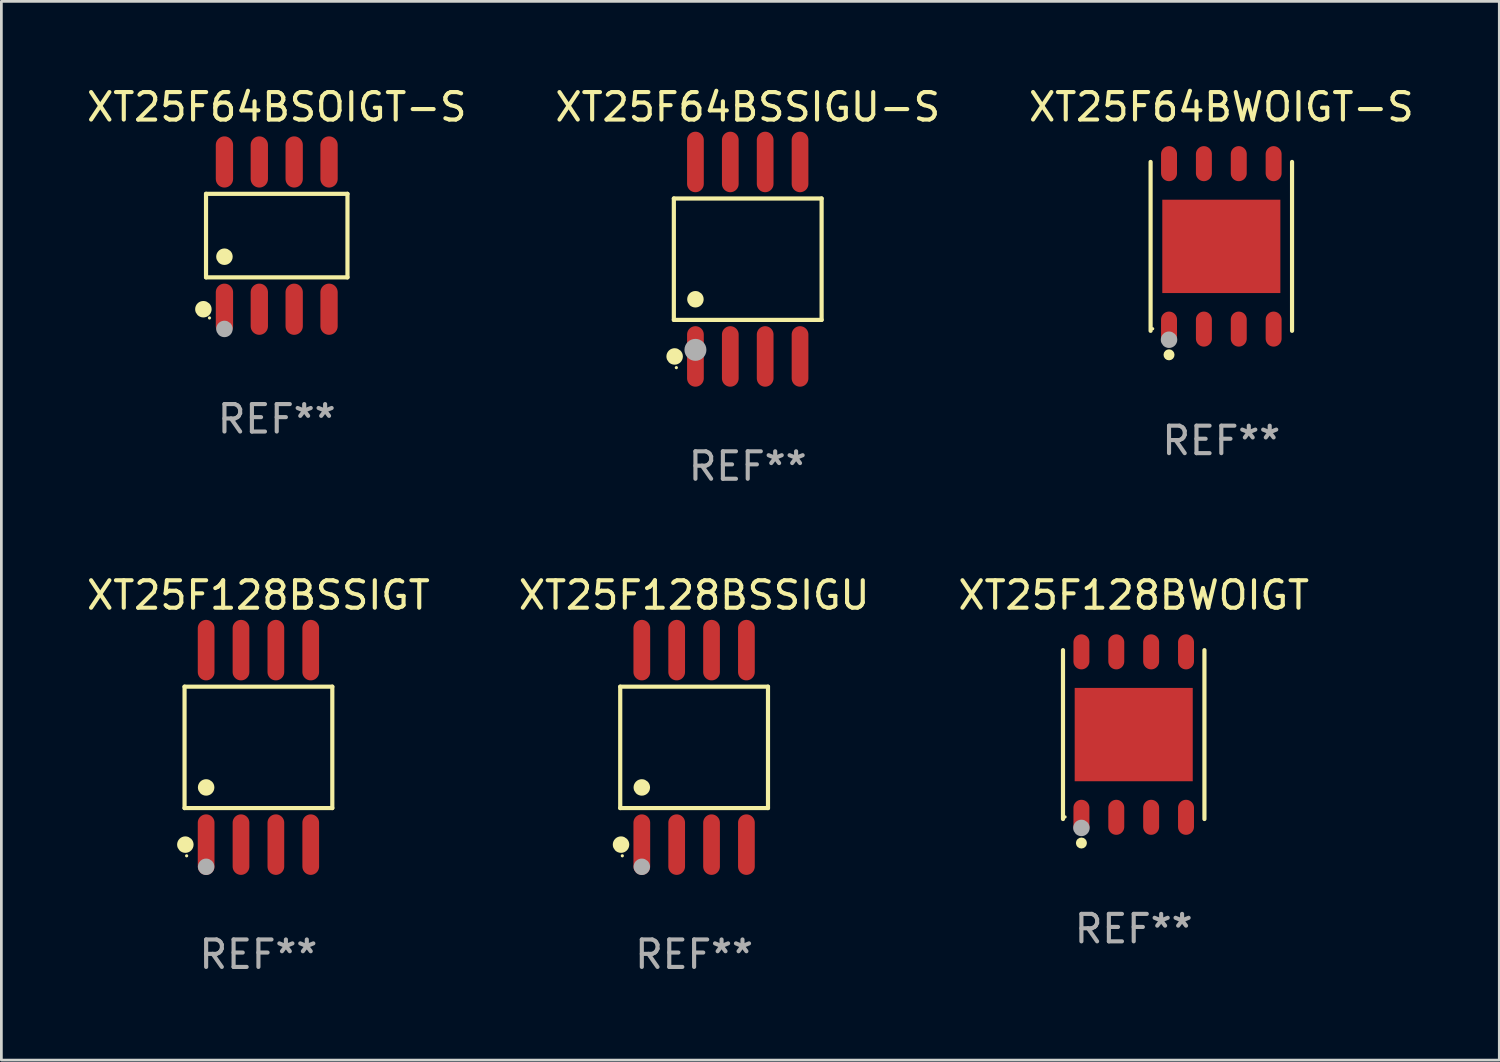
<source format=kicad_pcb>
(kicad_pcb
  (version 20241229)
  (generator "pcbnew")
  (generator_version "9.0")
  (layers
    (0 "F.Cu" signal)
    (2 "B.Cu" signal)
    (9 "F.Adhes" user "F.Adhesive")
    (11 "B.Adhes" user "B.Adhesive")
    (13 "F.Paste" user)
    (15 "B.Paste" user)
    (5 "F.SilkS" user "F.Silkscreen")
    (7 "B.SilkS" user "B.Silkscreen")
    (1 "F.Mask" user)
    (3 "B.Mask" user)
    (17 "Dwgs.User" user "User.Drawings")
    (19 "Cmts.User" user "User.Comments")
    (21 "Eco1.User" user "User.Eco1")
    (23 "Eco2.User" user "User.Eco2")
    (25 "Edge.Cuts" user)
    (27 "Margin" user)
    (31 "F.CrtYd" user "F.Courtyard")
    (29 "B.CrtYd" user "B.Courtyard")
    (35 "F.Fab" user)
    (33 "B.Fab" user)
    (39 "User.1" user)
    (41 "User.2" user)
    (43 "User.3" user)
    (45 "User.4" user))
  (footprint "XT25F128BWOIGT"
    (layer "F.Cu")
    (at 38.244 23.706)
    (property "Reference" "XT25F128BWOIGT" (at 0 -5.076 0) (layer "F.SilkS") (effects (font (size 1 1) (thickness 0.15))))
    (attr through_hole)
    (fp_line (start -2.576 3.076) (end -2.576 -3.076) (stroke (width 0.152) (type solid)) (layer "F.SilkS"))
    (fp_line (start 2.576 -3.076) (end 2.576 3.076) (stroke (width 0.152) (type solid)) (layer "F.SilkS"))
    (fp_circle (center -2.5 3) (end -2.47 3) (stroke (width 0.06) (type solid)) (fill no) (layer "F.SilkS"))
    (fp_circle (center -1.905 3.95) (end -1.805 3.95) (stroke (width 0.2) (type solid)) (fill no) (layer "F.SilkS"))
    (fp_circle (center -1.905 3.4) (end -1.755 3.4) (stroke (width 0.3) (type solid)) (fill no) (layer "F.Fab"))
    (fp_text user "REF**" (at 0 7.076 0) (layer "F.Fab") (effects (font (size 1 1) (thickness 0.15))))
    (pad "1" smd oval (at -1.905 3.013) (size 0.581 1.276) (layers "F.Cu" "F.Mask" "F.Paste"))
    (pad "2" smd oval (at -0.635 3.013) (size 0.581 1.276) (layers "F.Cu" "F.Mask" "F.Paste"))
    (pad "3" smd oval (at 0.635 3.013) (size 0.581 1.276) (layers "F.Cu" "F.Mask" "F.Paste"))
    (pad "4" smd oval (at 1.905 3.013) (size 0.581 1.276) (layers "F.Cu" "F.Mask" "F.Paste"))
    (pad "5" smd oval (at 1.905 -3.013) (size 0.581 1.276) (layers "F.Cu" "F.Mask" "F.Paste"))
    (pad "6" smd oval (at 0.635 -3.013) (size 0.581 1.276) (layers "F.Cu" "F.Mask" "F.Paste"))
    (pad "7" smd oval (at -0.635 -3.013) (size 0.581 1.276) (layers "F.Cu" "F.Mask" "F.Paste"))
    (pad "8" smd oval (at -1.905 -3.013) (size 0.581 1.276) (layers "F.Cu" "F.Mask" "F.Paste"))
    (pad "9" smd rect (at 0 0) (size 4.3 3.4) (layers "F.Cu" "F.Mask" "F.Paste")))
  (footprint "XT25F64BSSIGU-S"
    (layer "F.Cu")
    (at 24.185 6.391)
    (property "Reference" "XT25F64BSSIGU-S" (at 0 -5.542 0) (layer "F.SilkS") (effects (font (size 1 1) (thickness 0.15))))
    (attr through_hole)
    (fp_line (start -2.691 -2.211) (end 2.691 -2.211) (stroke (width 0.152) (type solid)) (layer "F.SilkS"))
    (fp_line (start -2.691 2.211) (end -2.691 -2.211) (stroke (width 0.152) (type solid)) (layer "F.SilkS"))
    (fp_line (start 2.691 -2.211) (end 2.691 2.211) (stroke (width 0.152) (type solid)) (layer "F.SilkS"))
    (fp_line (start 2.691 2.211) (end -2.691 2.211) (stroke (width 0.152) (type solid)) (layer "F.SilkS"))
    (fp_circle (center -2.662 3.542) (end -2.512 3.542) (stroke (width 0.3) (type solid)) (fill no) (layer "F.SilkS"))
    (fp_circle (center -2.6 3.95) (end -2.57 3.95) (stroke (width 0.06) (type solid)) (fill no) (layer "F.SilkS"))
    (fp_circle (center -1.905 1.459) (end -1.755 1.459) (stroke (width 0.3) (type solid)) (fill no) (layer "F.SilkS"))
    (fp_circle (center -1.905 3.302) (end -1.705 3.302) (stroke (width 0.4) (type solid)) (fill no) (layer "F.Fab"))
    (fp_text user "REF**" (at 0 7.542 0) (layer "F.Fab") (effects (font (size 1 1) (thickness 0.15))))
    (pad "1" smd oval (at -1.905 3.542) (size 0.609 2.204) (layers "F.Cu" "F.Mask" "F.Paste"))
    (pad "2" smd oval (at -0.635 3.542) (size 0.609 2.204) (layers "F.Cu" "F.Mask" "F.Paste"))
    (pad "3" smd oval (at 0.635 3.542) (size 0.609 2.204) (layers "F.Cu" "F.Mask" "F.Paste"))
    (pad "4" smd oval (at 1.905 3.542) (size 0.609 2.204) (layers "F.Cu" "F.Mask" "F.Paste"))
    (pad "5" smd oval (at 1.905 -3.542) (size 0.609 2.204) (layers "F.Cu" "F.Mask" "F.Paste"))
    (pad "6" smd oval (at 0.635 -3.542) (size 0.609 2.204) (layers "F.Cu" "F.Mask" "F.Paste"))
    (pad "7" smd oval (at -0.635 -3.542) (size 0.609 2.204) (layers "F.Cu" "F.Mask" "F.Paste"))
    (pad "8" smd oval (at -1.905 -3.542) (size 0.609 2.204) (layers "F.Cu" "F.Mask" "F.Paste")))
  (footprint "XT25F64BWOIGT-S"
    (layer "F.Cu")
    (at 41.435 5.924)
    (property "Reference" "XT25F64BWOIGT-S" (at 0 -5.076 0) (layer "F.SilkS") (effects (font (size 1 1) (thickness 0.15))))
    (attr through_hole)
    (fp_line (start -2.576 3.076) (end -2.576 -3.076) (stroke (width 0.152) (type solid)) (layer "F.SilkS"))
    (fp_line (start 2.576 -3.076) (end 2.576 3.076) (stroke (width 0.152) (type solid)) (layer "F.SilkS"))
    (fp_circle (center -2.5 3) (end -2.47 3) (stroke (width 0.06) (type solid)) (fill no) (layer "F.SilkS"))
    (fp_circle (center -1.905 3.95) (end -1.805 3.95) (stroke (width 0.2) (type solid)) (fill no) (layer "F.SilkS"))
    (fp_circle (center -1.905 3.4) (end -1.755 3.4) (stroke (width 0.3) (type solid)) (fill no) (layer "F.Fab"))
    (fp_text user "REF**" (at 0 7.076 0) (layer "F.Fab") (effects (font (size 1 1) (thickness 0.15))))
    (pad "1" smd oval (at -1.905 3.013) (size 0.581 1.276) (layers "F.Cu" "F.Mask" "F.Paste"))
    (pad "2" smd oval (at -0.635 3.013) (size 0.581 1.276) (layers "F.Cu" "F.Mask" "F.Paste"))
    (pad "3" smd oval (at 0.635 3.013) (size 0.581 1.276) (layers "F.Cu" "F.Mask" "F.Paste"))
    (pad "4" smd oval (at 1.905 3.013) (size 0.581 1.276) (layers "F.Cu" "F.Mask" "F.Paste"))
    (pad "5" smd oval (at 1.905 -3.013) (size 0.581 1.276) (layers "F.Cu" "F.Mask" "F.Paste"))
    (pad "6" smd oval (at 0.635 -3.013) (size 0.581 1.276) (layers "F.Cu" "F.Mask" "F.Paste"))
    (pad "7" smd oval (at -0.635 -3.013) (size 0.581 1.276) (layers "F.Cu" "F.Mask" "F.Paste"))
    (pad "8" smd oval (at -1.905 -3.013) (size 0.581 1.276) (layers "F.Cu" "F.Mask" "F.Paste"))
    (pad "9" smd rect (at 0 0) (size 4.3 3.4) (layers "F.Cu" "F.Mask" "F.Paste")))
  (footprint "XT25F128BSSIGT"
    (layer "F.Cu")
    (at 6.363 24.172)
    (property "Reference" "XT25F128BSSIGT" (at 0 -5.542 0) (layer "F.SilkS") (effects (font (size 1 1) (thickness 0.15))))
    (attr through_hole)
    (fp_line (start -2.691 -2.211) (end 2.691 -2.211) (stroke (width 0.152) (type solid)) (layer "F.SilkS"))
    (fp_line (start -2.691 2.211) (end -2.691 -2.211) (stroke (width 0.152) (type solid)) (layer "F.SilkS"))
    (fp_line (start 2.691 -2.211) (end 2.691 2.211) (stroke (width 0.152) (type solid)) (layer "F.SilkS"))
    (fp_line (start 2.691 2.211) (end -2.691 2.211) (stroke (width 0.152) (type solid)) (layer "F.SilkS"))
    (fp_circle (center -2.662 3.542) (end -2.512 3.542) (stroke (width 0.3) (type solid)) (fill no) (layer "F.SilkS"))
    (fp_circle (center -2.615 3.95) (end -2.585 3.95) (stroke (width 0.06) (type solid)) (fill no) (layer "F.SilkS"))
    (fp_circle (center -1.905 1.459) (end -1.755 1.459) (stroke (width 0.3) (type solid)) (fill no) (layer "F.SilkS"))
    (fp_circle (center -1.905 4.35) (end -1.755 4.35) (stroke (width 0.3) (type solid)) (fill no) (layer "F.Fab"))
    (fp_text user "REF**" (at 0 7.542 0) (layer "F.Fab") (effects (font (size 1 1) (thickness 0.15))))
    (pad "1" smd oval (at -1.905 3.542) (size 0.609 2.204) (layers "F.Cu" "F.Mask" "F.Paste"))
    (pad "2" smd oval (at -0.635 3.542) (size 0.609 2.204) (layers "F.Cu" "F.Mask" "F.Paste"))
    (pad "3" smd oval (at 0.635 3.542) (size 0.609 2.204) (layers "F.Cu" "F.Mask" "F.Paste"))
    (pad "4" smd oval (at 1.905 3.542) (size 0.609 2.204) (layers "F.Cu" "F.Mask" "F.Paste"))
    (pad "5" smd oval (at 1.905 -3.542) (size 0.609 2.204) (layers "F.Cu" "F.Mask" "F.Paste"))
    (pad "6" smd oval (at 0.635 -3.542) (size 0.609 2.204) (layers "F.Cu" "F.Mask" "F.Paste"))
    (pad "7" smd oval (at -0.635 -3.542) (size 0.609 2.204) (layers "F.Cu" "F.Mask" "F.Paste"))
    (pad "8" smd oval (at -1.905 -3.542) (size 0.609 2.204) (layers "F.Cu" "F.Mask" "F.Paste")))
  (footprint "XT25F64BSOIGT-S"
    (layer "F.Cu")
    (at 7.03 5.531)
    (property "Reference" "XT25F64BSOIGT-S" (at 0 -4.682 0) (layer "F.SilkS") (effects (font (size 1 1) (thickness 0.15))))
    (attr through_hole)
    (fp_line (start -2.576 -1.521) (end 2.576 -1.521) (stroke (width 0.152) (type solid)) (layer "F.SilkS"))
    (fp_line (start -2.576 1.521) (end -2.576 -1.521) (stroke (width 0.152) (type solid)) (layer "F.SilkS"))
    (fp_line (start 2.576 -1.521) (end 2.576 1.521) (stroke (width 0.152) (type solid)) (layer "F.SilkS"))
    (fp_line (start 2.576 1.521) (end -2.576 1.521) (stroke (width 0.152) (type solid)) (layer "F.SilkS"))
    (fp_circle (center -2.672 2.682) (end -2.522 2.682) (stroke (width 0.3) (type solid)) (fill no) (layer "F.SilkS"))
    (fp_circle (center -2.45 3) (end -2.42 3) (stroke (width 0.06) (type solid)) (fill no) (layer "F.SilkS"))
    (fp_circle (center -1.905 0.769) (end -1.755 0.769) (stroke (width 0.3) (type solid)) (fill no) (layer "F.SilkS"))
    (fp_circle (center -1.905 3.4) (end -1.755 3.4) (stroke (width 0.3) (type solid)) (fill no) (layer "F.Fab"))
    (fp_text user "REF**" (at 0 6.682 0) (layer "F.Fab") (effects (font (size 1 1) (thickness 0.15))))
    (pad "1" smd oval (at -1.905 2.682) (size 0.63 1.865) (layers "F.Cu" "F.Mask" "F.Paste"))
    (pad "2" smd oval (at -0.635 2.682) (size 0.63 1.865) (layers "F.Cu" "F.Mask" "F.Paste"))
    (pad "3" smd oval (at 0.635 2.682) (size 0.63 1.865) (layers "F.Cu" "F.Mask" "F.Paste"))
    (pad "4" smd oval (at 1.905 2.682) (size 0.63 1.865) (layers "F.Cu" "F.Mask" "F.Paste"))
    (pad "5" smd oval (at 1.905 -2.682) (size 0.63 1.865) (layers "F.Cu" "F.Mask" "F.Paste"))
    (pad "6" smd oval (at 0.635 -2.682) (size 0.63 1.865) (layers "F.Cu" "F.Mask" "F.Paste"))
    (pad "7" smd oval (at -0.635 -2.682) (size 0.63 1.865) (layers "F.Cu" "F.Mask" "F.Paste"))
    (pad "8" smd oval (at -1.905 -2.682) (size 0.63 1.865) (layers "F.Cu" "F.Mask" "F.Paste")))
  (footprint "XT25F128BSSIGU"
    (layer "F.Cu")
    (at 22.232 24.172)
    (property "Reference" "XT25F128BSSIGU" (at 0 -5.542 0) (layer "F.SilkS") (effects (font (size 1 1) (thickness 0.15))))
    (attr through_hole)
    (fp_line (start -2.691 -2.211) (end 2.691 -2.211) (stroke (width 0.152) (type solid)) (layer "F.SilkS"))
    (fp_line (start -2.691 2.211) (end -2.691 -2.211) (stroke (width 0.152) (type solid)) (layer "F.SilkS"))
    (fp_line (start 2.691 -2.211) (end 2.691 2.211) (stroke (width 0.152) (type solid)) (layer "F.SilkS"))
    (fp_line (start 2.691 2.211) (end -2.691 2.211) (stroke (width 0.152) (type solid)) (layer "F.SilkS"))
    (fp_circle (center -2.662 3.542) (end -2.512 3.542) (stroke (width 0.3) (type solid)) (fill no) (layer "F.SilkS"))
    (fp_circle (center -2.615 3.95) (end -2.585 3.95) (stroke (width 0.06) (type solid)) (fill no) (layer "F.SilkS"))
    (fp_circle (center -1.905 1.459) (end -1.755 1.459) (stroke (width 0.3) (type solid)) (fill no) (layer "F.SilkS"))
    (fp_circle (center -1.905 4.35) (end -1.755 4.35) (stroke (width 0.3) (type solid)) (fill no) (layer "F.Fab"))
    (fp_text user "REF**" (at 0 7.542 0) (layer "F.Fab") (effects (font (size 1 1) (thickness 0.15))))
    (pad "1" smd oval (at -1.905 3.542) (size 0.609 2.204) (layers "F.Cu" "F.Mask" "F.Paste"))
    (pad "2" smd oval (at -0.635 3.542) (size 0.609 2.204) (layers "F.Cu" "F.Mask" "F.Paste"))
    (pad "3" smd oval (at 0.635 3.542) (size 0.609 2.204) (layers "F.Cu" "F.Mask" "F.Paste"))
    (pad "4" smd oval (at 1.905 3.542) (size 0.609 2.204) (layers "F.Cu" "F.Mask" "F.Paste"))
    (pad "5" smd oval (at 1.905 -3.542) (size 0.609 2.204) (layers "F.Cu" "F.Mask" "F.Paste"))
    (pad "6" smd oval (at 0.635 -3.542) (size 0.609 2.204) (layers "F.Cu" "F.Mask" "F.Paste"))
    (pad "7" smd oval (at -0.635 -3.542) (size 0.609 2.204) (layers "F.Cu" "F.Mask" "F.Paste"))
    (pad "8" smd oval (at -1.905 -3.542) (size 0.609 2.204) (layers "F.Cu" "F.Mask" "F.Paste")))
  (gr_rect
    (start -3 -3)
    (end 51.56 35.562)
    (stroke (width 0.1) (type default))
    (fill no)
    (layer "Edge.Cuts")))
</source>
